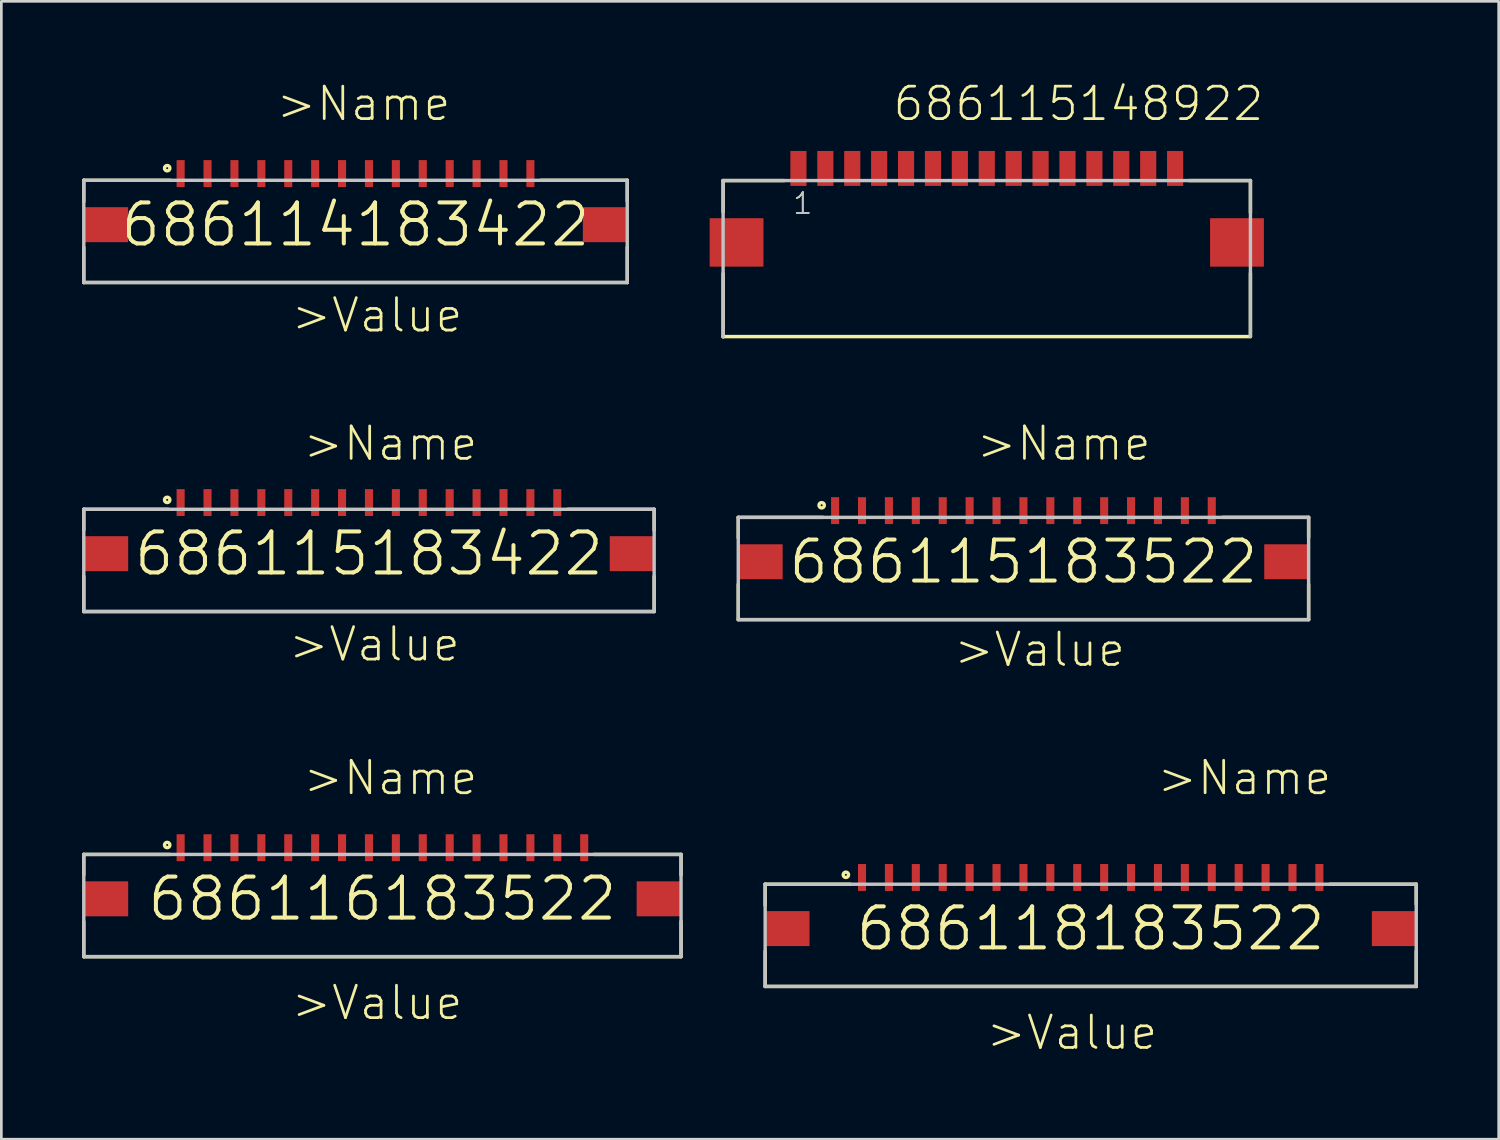
<source format=kicad_pcb>
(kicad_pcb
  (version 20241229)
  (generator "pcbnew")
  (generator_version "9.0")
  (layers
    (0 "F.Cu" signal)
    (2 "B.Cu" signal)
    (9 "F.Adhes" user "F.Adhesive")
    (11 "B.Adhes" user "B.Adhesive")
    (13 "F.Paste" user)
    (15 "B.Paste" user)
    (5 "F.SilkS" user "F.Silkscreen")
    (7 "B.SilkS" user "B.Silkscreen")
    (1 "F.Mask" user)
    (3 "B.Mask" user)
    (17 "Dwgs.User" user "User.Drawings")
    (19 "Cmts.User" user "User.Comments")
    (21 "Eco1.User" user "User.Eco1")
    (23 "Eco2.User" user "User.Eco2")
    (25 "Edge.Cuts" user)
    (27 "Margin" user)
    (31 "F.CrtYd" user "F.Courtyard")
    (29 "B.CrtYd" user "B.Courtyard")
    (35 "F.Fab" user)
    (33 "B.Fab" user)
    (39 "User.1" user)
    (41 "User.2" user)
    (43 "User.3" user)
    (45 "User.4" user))
  (footprint "686118183522"
    (layer "F.Cu")
    (at 37.49 31.465)
    (property "Reference" "686118183522" (at 0 0 0) (layer "F.SilkS") (effects (font (size 1.524 1.524) (thickness 0.15))))
    (attr through_hole)
    (fp_line (start -12.1 -1.65) (end -12.1 -0.87) (stroke (width 0.127) (type solid)) (layer "F.SilkS"))
    (fp_line (start -12.1 0.84) (end -12.1 2.15) (stroke (width 0.127) (type solid)) (layer "F.SilkS"))
    (fp_line (start -12.1 2.15) (end 12.1 2.15) (stroke (width 0.127) (type solid)) (layer "F.SilkS"))
    (fp_line (start -8.93 -1.65) (end -12.1 -1.65) (stroke (width 0.127) (type solid)) (layer "F.SilkS"))
    (fp_line (start 8.89 -1.65) (end 12.1 -1.65) (stroke (width 0.127) (type solid)) (layer "F.SilkS"))
    (fp_line (start 12.1 -1.65) (end 12.1 -0.9) (stroke (width 0.127) (type solid)) (layer "F.SilkS"))
    (fp_line (start 12.1 2.15) (end 12.1 0.84) (stroke (width 0.127) (type solid)) (layer "F.SilkS"))
    (fp_circle (center -9.1 -2) (end -9 -2) (stroke (width 0.127) (type solid)) (fill no) (layer "F.SilkS"))
    (fp_line (start -12.1 -1.65) (end 12.1 -1.65) (stroke (width 0.127) (type solid)) (layer "Dwgs.User"))
    (fp_line (start -12.1 2.15) (end -12.1 -1.65) (stroke (width 0.127) (type solid)) (layer "Dwgs.User"))
    (fp_line (start 12.1 -1.65) (end 12.1 2.15) (stroke (width 0.127) (type solid)) (layer "Dwgs.User"))
    (fp_line (start 12.1 2.15) (end -12.1 2.15) (stroke (width 0.127) (type solid)) (layer "Dwgs.User"))
    (fp_text user ">Name" (at 2.405 -4.897 0) (layer "F.SilkS") (effects (font (size 1.206 1.206) (thickness 0.102)) (justify left bottom)))
    (fp_text user ">Value" (at -3.95 4.57 0) (layer "F.SilkS") (effects (font (size 1.206 1.206) (thickness 0.102)) (justify left bottom)))
    (pad "1" smd rect (at -8.5 -1.9 90) (size 1 0.3) (layers "F.Cu" "F.Mask" "F.Paste"))
    (pad "2" smd rect (at -7.5 -1.9 90) (size 1 0.3) (layers "F.Cu" "F.Mask" "F.Paste"))
    (pad "3" smd rect (at -6.5 -1.9 90) (size 1 0.3) (layers "F.Cu" "F.Mask" "F.Paste"))
    (pad "4" smd rect (at -5.5 -1.9 90) (size 1 0.3) (layers "F.Cu" "F.Mask" "F.Paste"))
    (pad "5" smd rect (at -4.5 -1.9 90) (size 1 0.3) (layers "F.Cu" "F.Mask" "F.Paste"))
    (pad "6" smd rect (at -3.5 -1.9 90) (size 1 0.3) (layers "F.Cu" "F.Mask" "F.Paste"))
    (pad "7" smd rect (at -2.5 -1.9 90) (size 1 0.3) (layers "F.Cu" "F.Mask" "F.Paste"))
    (pad "8" smd rect (at -1.5 -1.9 90) (size 1 0.3) (layers "F.Cu" "F.Mask" "F.Paste"))
    (pad "9" smd rect (at -0.5 -1.9 90) (size 1 0.3) (layers "F.Cu" "F.Mask" "F.Paste"))
    (pad "10" smd rect (at 0.5 -1.9 90) (size 1 0.3) (layers "F.Cu" "F.Mask" "F.Paste"))
    (pad "11" smd rect (at 1.5 -1.9 90) (size 1 0.3) (layers "F.Cu" "F.Mask" "F.Paste"))
    (pad "12" smd rect (at 2.5 -1.9 90) (size 1 0.3) (layers "F.Cu" "F.Mask" "F.Paste"))
    (pad "13" smd rect (at 3.5 -1.9 90) (size 1 0.3) (layers "F.Cu" "F.Mask" "F.Paste"))
    (pad "14" smd rect (at 4.5 -1.9 90) (size 1 0.3) (layers "F.Cu" "F.Mask" "F.Paste"))
    (pad "15" smd rect (at 5.5 -1.9 90) (size 1 0.3) (layers "F.Cu" "F.Mask" "F.Paste"))
    (pad "16" smd rect (at 6.5 -1.9 90) (size 1 0.3) (layers "F.Cu" "F.Mask" "F.Paste"))
    (pad "17" smd rect (at 7.5 -1.9 90) (size 1 0.3) (layers "F.Cu" "F.Mask" "F.Paste"))
    (pad "18" smd rect (at 8.5 -1.9 90) (size 1 0.3) (layers "F.Cu" "F.Mask" "F.Paste"))
    (pad "Z1" smd rect (at -11.275 0) (size 1.65 1.3) (layers "F.Cu" "F.Mask" "F.Paste"))
    (pad "Z2" smd rect (at 11.275 0) (size 1.65 1.3) (layers "F.Cu" "F.Mask" "F.Paste")))
  (footprint "686114183422"
    (layer "F.Cu")
    (at 10.164 5.301)
    (property "Reference" "686114183422" (at 0 0 0) (layer "F.SilkS") (effects (font (size 1.524 1.524) (thickness 0.15))))
    (attr through_hole)
    (fp_line (start -10.1 -1.65) (end -10.1 -0.85) (stroke (width 0.127) (type solid)) (layer "F.SilkS"))
    (fp_line (start -10.1 0.84) (end -10.1 2.15) (stroke (width 0.127) (type solid)) (layer "F.SilkS"))
    (fp_line (start -10.1 2.15) (end 10.1 2.15) (stroke (width 0.127) (type solid)) (layer "F.SilkS"))
    (fp_line (start -6.88 -1.65) (end -10.1 -1.65) (stroke (width 0.127) (type solid)) (layer "F.SilkS"))
    (fp_line (start 6.9 -1.65) (end 10.1 -1.65) (stroke (width 0.127) (type solid)) (layer "F.SilkS"))
    (fp_line (start 10.1 -1.65) (end 10.1 -0.87) (stroke (width 0.127) (type solid)) (layer "F.SilkS"))
    (fp_line (start 10.1 2.15) (end 10.1 0.84) (stroke (width 0.127) (type solid)) (layer "F.SilkS"))
    (fp_circle (center -7 -2.1) (end -6.9 -2.1) (stroke (width 0.127) (type solid)) (fill no) (layer "F.SilkS"))
    (fp_line (start -10.1 -1.65) (end 10.1 -1.65) (stroke (width 0.127) (type solid)) (layer "Dwgs.User"))
    (fp_line (start -10.1 2.15) (end -10.1 -1.65) (stroke (width 0.127) (type solid)) (layer "Dwgs.User"))
    (fp_line (start 10.1 -1.65) (end 10.1 2.15) (stroke (width 0.127) (type solid)) (layer "Dwgs.User"))
    (fp_line (start 10.1 2.15) (end -10.1 2.15) (stroke (width 0.127) (type solid)) (layer "Dwgs.User"))
    (fp_text user ">Name" (at -3.01 -3.79 0) (layer "F.SilkS") (effects (font (size 1.206 1.206) (thickness 0.102)) (justify left bottom)))
    (fp_text user ">Value" (at -2.45 4.07 0) (layer "F.SilkS") (effects (font (size 1.206 1.206) (thickness 0.102)) (justify left bottom)))
    (pad "1" smd rect (at -6.5 -1.9 90) (size 1 0.3) (layers "F.Cu" "F.Mask" "F.Paste"))
    (pad "2" smd rect (at -5.5 -1.9 90) (size 1 0.3) (layers "F.Cu" "F.Mask" "F.Paste"))
    (pad "3" smd rect (at -4.5 -1.9 90) (size 1 0.3) (layers "F.Cu" "F.Mask" "F.Paste"))
    (pad "4" smd rect (at -3.5 -1.9 90) (size 1 0.3) (layers "F.Cu" "F.Mask" "F.Paste"))
    (pad "5" smd rect (at -2.5 -1.9 90) (size 1 0.3) (layers "F.Cu" "F.Mask" "F.Paste"))
    (pad "6" smd rect (at -1.5 -1.9 90) (size 1 0.3) (layers "F.Cu" "F.Mask" "F.Paste"))
    (pad "7" smd rect (at -0.5 -1.9 90) (size 1 0.3) (layers "F.Cu" "F.Mask" "F.Paste"))
    (pad "8" smd rect (at 0.5 -1.9 90) (size 1 0.3) (layers "F.Cu" "F.Mask" "F.Paste"))
    (pad "9" smd rect (at 1.5 -1.9 90) (size 1 0.3) (layers "F.Cu" "F.Mask" "F.Paste"))
    (pad "10" smd rect (at 2.5 -1.9 90) (size 1 0.3) (layers "F.Cu" "F.Mask" "F.Paste"))
    (pad "11" smd rect (at 3.5 -1.9 90) (size 1 0.3) (layers "F.Cu" "F.Mask" "F.Paste"))
    (pad "12" smd rect (at 4.5 -1.9 90) (size 1 0.3) (layers "F.Cu" "F.Mask" "F.Paste"))
    (pad "13" smd rect (at 5.5 -1.9 90) (size 1 0.3) (layers "F.Cu" "F.Mask" "F.Paste"))
    (pad "14" smd rect (at 6.5 -1.9 90) (size 1 0.3) (layers "F.Cu" "F.Mask" "F.Paste"))
    (pad "Z1" smd rect (at -9.275 0) (size 1.65 1.3) (layers "F.Cu" "F.Mask" "F.Paste"))
    (pad "Z2" smd rect (at 9.275 0) (size 1.65 1.3) (layers "F.Cu" "F.Mask" "F.Paste")))
  (footprint "686115183422"
    (layer "F.Cu")
    (at 10.664 17.53)
    (property "Reference" "686115183422" (at 0 0 0) (layer "F.SilkS") (effects (font (size 1.524 1.524) (thickness 0.15))))
    (attr through_hole)
    (fp_line (start -10.6 -1.65) (end -10.6 -0.88) (stroke (width 0.127) (type solid)) (layer "F.SilkS"))
    (fp_line (start -10.6 0.84) (end -10.6 2.15) (stroke (width 0.127) (type solid)) (layer "F.SilkS"))
    (fp_line (start -10.6 2.15) (end 10.6 2.15) (stroke (width 0.127) (type solid)) (layer "F.SilkS"))
    (fp_line (start -7.46 -1.65) (end -10.6 -1.65) (stroke (width 0.127) (type solid)) (layer "F.SilkS"))
    (fp_line (start 7.39 -1.65) (end 10.6 -1.65) (stroke (width 0.127) (type solid)) (layer "F.SilkS"))
    (fp_line (start 10.6 -1.65) (end 10.6 -0.87) (stroke (width 0.127) (type solid)) (layer "F.SilkS"))
    (fp_line (start 10.6 2.15) (end 10.6 0.84) (stroke (width 0.127) (type solid)) (layer "F.SilkS"))
    (fp_circle (center -7.5 -2) (end -7.4 -2) (stroke (width 0.127) (type solid)) (fill no) (layer "F.SilkS"))
    (fp_line (start -10.6 -1.65) (end 10.6 -1.65) (stroke (width 0.127) (type solid)) (layer "Dwgs.User"))
    (fp_line (start -10.6 2.15) (end -10.6 -1.65) (stroke (width 0.127) (type solid)) (layer "Dwgs.User"))
    (fp_line (start 10.6 -1.65) (end 10.6 2.15) (stroke (width 0.127) (type solid)) (layer "Dwgs.User"))
    (fp_line (start 10.6 2.15) (end -10.6 2.15) (stroke (width 0.127) (type solid)) (layer "Dwgs.User"))
    (fp_text user ">Value" (at -3.05 4.07 0) (layer "F.SilkS") (effects (font (size 1.206 1.206) (thickness 0.102)) (justify left bottom)))
    (fp_text user ">Name" (at -2.51 -3.39 0) (layer "F.SilkS") (effects (font (size 1.206 1.206) (thickness 0.102)) (justify left bottom)))
    (pad "1" smd rect (at -7 -1.9 90) (size 1 0.3) (layers "F.Cu" "F.Mask" "F.Paste"))
    (pad "2" smd rect (at -6 -1.9 90) (size 1 0.3) (layers "F.Cu" "F.Mask" "F.Paste"))
    (pad "3" smd rect (at -5 -1.9 90) (size 1 0.3) (layers "F.Cu" "F.Mask" "F.Paste"))
    (pad "4" smd rect (at -4 -1.9 90) (size 1 0.3) (layers "F.Cu" "F.Mask" "F.Paste"))
    (pad "5" smd rect (at -3 -1.9 90) (size 1 0.3) (layers "F.Cu" "F.Mask" "F.Paste"))
    (pad "6" smd rect (at -2 -1.9 90) (size 1 0.3) (layers "F.Cu" "F.Mask" "F.Paste"))
    (pad "7" smd rect (at -1 -1.9 90) (size 1 0.3) (layers "F.Cu" "F.Mask" "F.Paste"))
    (pad "8" smd rect (at 0 -1.9 90) (size 1 0.3) (layers "F.Cu" "F.Mask" "F.Paste"))
    (pad "9" smd rect (at 1 -1.9 90) (size 1 0.3) (layers "F.Cu" "F.Mask" "F.Paste"))
    (pad "10" smd rect (at 2 -1.9 90) (size 1 0.3) (layers "F.Cu" "F.Mask" "F.Paste"))
    (pad "11" smd rect (at 3 -1.9 90) (size 1 0.3) (layers "F.Cu" "F.Mask" "F.Paste"))
    (pad "12" smd rect (at 4 -1.9 90) (size 1 0.3) (layers "F.Cu" "F.Mask" "F.Paste"))
    (pad "13" smd rect (at 5 -1.9 90) (size 1 0.3) (layers "F.Cu" "F.Mask" "F.Paste"))
    (pad "14" smd rect (at 6 -1.9 90) (size 1 0.3) (layers "F.Cu" "F.Mask" "F.Paste"))
    (pad "15" smd rect (at 7 -1.9 90) (size 1 0.3) (layers "F.Cu" "F.Mask" "F.Paste"))
    (pad "Z1" smd rect (at -9.775 0) (size 1.65 1.3) (layers "F.Cu" "F.Mask" "F.Paste"))
    (pad "Z2" smd rect (at 9.775 0) (size 1.65 1.3) (layers "F.Cu" "F.Mask" "F.Paste")))
  (footprint "686116183522"
    (layer "F.Cu")
    (at 11.164 30.358)
    (property "Reference" "686116183522" (at 0 0 0) (layer "F.SilkS") (effects (font (size 1.524 1.524) (thickness 0.15))))
    (attr through_hole)
    (fp_line (start -11.1 -1.65) (end -11.1 -0.89) (stroke (width 0.127) (type solid)) (layer "F.SilkS"))
    (fp_line (start -11.1 0.84) (end -11.1 2.15) (stroke (width 0.127) (type solid)) (layer "F.SilkS"))
    (fp_line (start -11.1 2.15) (end 11.1 2.15) (stroke (width 0.127) (type solid)) (layer "F.SilkS"))
    (fp_line (start -7.9 -1.65) (end -11.1 -1.65) (stroke (width 0.127) (type solid)) (layer "F.SilkS"))
    (fp_line (start 7.86 -1.65) (end 11.1 -1.65) (stroke (width 0.127) (type solid)) (layer "F.SilkS"))
    (fp_line (start 11.1 -1.65) (end 11.1 -0.88) (stroke (width 0.127) (type solid)) (layer "F.SilkS"))
    (fp_line (start 11.1 2.15) (end 11.1 0.84) (stroke (width 0.127) (type solid)) (layer "F.SilkS"))
    (fp_circle (center -8 -2) (end -7.9 -2) (stroke (width 0.127) (type solid)) (fill no) (layer "F.SilkS"))
    (fp_line (start -11.1 -1.65) (end 11.1 -1.65) (stroke (width 0.127) (type solid)) (layer "Dwgs.User"))
    (fp_line (start -11.1 2.15) (end -11.1 -1.65) (stroke (width 0.127) (type solid)) (layer "Dwgs.User"))
    (fp_line (start 11.1 -1.65) (end 11.1 2.15) (stroke (width 0.127) (type solid)) (layer "Dwgs.User"))
    (fp_line (start 11.1 2.15) (end -11.1 2.15) (stroke (width 0.127) (type solid)) (layer "Dwgs.User"))
    (fp_text user ">Name" (at -3.01 -3.79 0) (layer "F.SilkS") (effects (font (size 1.206 1.206) (thickness 0.102)) (justify left bottom)))
    (fp_text user ">Value" (at -3.45 4.57 0) (layer "F.SilkS") (effects (font (size 1.206 1.206) (thickness 0.102)) (justify left bottom)))
    (pad "1" smd rect (at -7.5 -1.9 90) (size 1 0.3) (layers "F.Cu" "F.Mask" "F.Paste"))
    (pad "2" smd rect (at -6.5 -1.9 90) (size 1 0.3) (layers "F.Cu" "F.Mask" "F.Paste"))
    (pad "3" smd rect (at -5.5 -1.9 90) (size 1 0.3) (layers "F.Cu" "F.Mask" "F.Paste"))
    (pad "4" smd rect (at -4.5 -1.9 90) (size 1 0.3) (layers "F.Cu" "F.Mask" "F.Paste"))
    (pad "5" smd rect (at -3.5 -1.9 90) (size 1 0.3) (layers "F.Cu" "F.Mask" "F.Paste"))
    (pad "6" smd rect (at -2.5 -1.9 90) (size 1 0.3) (layers "F.Cu" "F.Mask" "F.Paste"))
    (pad "7" smd rect (at -1.5 -1.9 90) (size 1 0.3) (layers "F.Cu" "F.Mask" "F.Paste"))
    (pad "8" smd rect (at -0.5 -1.9 90) (size 1 0.3) (layers "F.Cu" "F.Mask" "F.Paste"))
    (pad "9" smd rect (at 0.5 -1.9 90) (size 1 0.3) (layers "F.Cu" "F.Mask" "F.Paste"))
    (pad "10" smd rect (at 1.5 -1.9 90) (size 1 0.3) (layers "F.Cu" "F.Mask" "F.Paste"))
    (pad "11" smd rect (at 2.5 -1.9 90) (size 1 0.3) (layers "F.Cu" "F.Mask" "F.Paste"))
    (pad "12" smd rect (at 3.5 -1.9 90) (size 1 0.3) (layers "F.Cu" "F.Mask" "F.Paste"))
    (pad "13" smd rect (at 4.5 -1.9 90) (size 1 0.3) (layers "F.Cu" "F.Mask" "F.Paste"))
    (pad "14" smd rect (at 5.5 -1.9 90) (size 1 0.3) (layers "F.Cu" "F.Mask" "F.Paste"))
    (pad "15" smd rect (at 6.5 -1.9 90) (size 1 0.3) (layers "F.Cu" "F.Mask" "F.Paste"))
    (pad "16" smd rect (at 7.5 -1.9 90) (size 1 0.3) (layers "F.Cu" "F.Mask" "F.Paste"))
    (pad "Z1" smd rect (at -10.275 0) (size 1.65 1.3) (layers "F.Cu" "F.Mask" "F.Paste"))
    (pad "Z2" smd rect (at 10.275 0) (size 1.65 1.3) (layers "F.Cu" "F.Mask" "F.Paste")))
  (footprint "686115183522"
    (layer "F.Cu")
    (at 34.99 17.83)
    (property "Reference" "686115183522" (at 0 0 0) (layer "F.SilkS") (effects (font (size 1.524 1.524) (thickness 0.15))))
    (attr through_hole)
    (fp_line (start -10.6 -1.65) (end -10.6 -0.88) (stroke (width 0.127) (type solid)) (layer "F.SilkS"))
    (fp_line (start -10.6 0.84) (end -10.6 2.15) (stroke (width 0.127) (type solid)) (layer "F.SilkS"))
    (fp_line (start -10.6 2.15) (end 10.6 2.15) (stroke (width 0.127) (type solid)) (layer "F.SilkS"))
    (fp_line (start -7.45 -1.65) (end -10.6 -1.65) (stroke (width 0.127) (type solid)) (layer "F.SilkS"))
    (fp_line (start 7.4 -1.65) (end 10.6 -1.65) (stroke (width 0.127) (type solid)) (layer "F.SilkS"))
    (fp_line (start 10.6 -1.65) (end 10.6 -0.9) (stroke (width 0.127) (type solid)) (layer "F.SilkS"))
    (fp_line (start 10.6 2.15) (end 10.6 0.84) (stroke (width 0.127) (type solid)) (layer "F.SilkS"))
    (fp_circle (center -7.5 -2.1) (end -7.4 -2.1) (stroke (width 0.127) (type solid)) (fill no) (layer "F.SilkS"))
    (fp_line (start -10.6 -1.65) (end 10.6 -1.65) (stroke (width 0.127) (type solid)) (layer "Dwgs.User"))
    (fp_line (start -10.6 2.15) (end -10.6 -1.65) (stroke (width 0.127) (type solid)) (layer "Dwgs.User"))
    (fp_line (start 10.6 -1.65) (end 10.6 2.15) (stroke (width 0.127) (type solid)) (layer "Dwgs.User"))
    (fp_line (start 10.6 2.15) (end -10.6 2.15) (stroke (width 0.127) (type solid)) (layer "Dwgs.User"))
    (fp_text user ">Value" (at -2.65 3.97 0) (layer "F.SilkS") (effects (font (size 1.206 1.206) (thickness 0.102)) (justify left bottom)))
    (fp_text user ">Name" (at -1.81 -3.69 0) (layer "F.SilkS") (effects (font (size 1.206 1.206) (thickness 0.102)) (justify left bottom)))
    (pad "1" smd rect (at -7 -1.9 90) (size 1 0.3) (layers "F.Cu" "F.Mask" "F.Paste"))
    (pad "2" smd rect (at -6 -1.9 90) (size 1 0.3) (layers "F.Cu" "F.Mask" "F.Paste"))
    (pad "3" smd rect (at -5 -1.9 90) (size 1 0.3) (layers "F.Cu" "F.Mask" "F.Paste"))
    (pad "4" smd rect (at -4 -1.9 90) (size 1 0.3) (layers "F.Cu" "F.Mask" "F.Paste"))
    (pad "5" smd rect (at -3 -1.9 90) (size 1 0.3) (layers "F.Cu" "F.Mask" "F.Paste"))
    (pad "6" smd rect (at -2 -1.9 90) (size 1 0.3) (layers "F.Cu" "F.Mask" "F.Paste"))
    (pad "7" smd rect (at -1 -1.9 90) (size 1 0.3) (layers "F.Cu" "F.Mask" "F.Paste"))
    (pad "8" smd rect (at 0 -1.9 90) (size 1 0.3) (layers "F.Cu" "F.Mask" "F.Paste"))
    (pad "9" smd rect (at 1 -1.9 90) (size 1 0.3) (layers "F.Cu" "F.Mask" "F.Paste"))
    (pad "10" smd rect (at 2 -1.9 90) (size 1 0.3) (layers "F.Cu" "F.Mask" "F.Paste"))
    (pad "11" smd rect (at 3 -1.9 90) (size 1 0.3) (layers "F.Cu" "F.Mask" "F.Paste"))
    (pad "12" smd rect (at 4 -1.9 90) (size 1 0.3) (layers "F.Cu" "F.Mask" "F.Paste"))
    (pad "13" smd rect (at 5 -1.9 90) (size 1 0.3) (layers "F.Cu" "F.Mask" "F.Paste"))
    (pad "14" smd rect (at 6 -1.9 90) (size 1 0.3) (layers "F.Cu" "F.Mask" "F.Paste"))
    (pad "15" smd rect (at 7 -1.9 90) (size 1 0.3) (layers "F.Cu" "F.Mask" "F.Paste"))
    (pad "Z1" smd rect (at -9.775 0) (size 1.65 1.3) (layers "F.Cu" "F.Mask" "F.Paste"))
    (pad "Z2" smd rect (at 9.775 0) (size 1.65 1.3) (layers "F.Cu" "F.Mask" "F.Paste")))
  (footprint "686115148922"
    (layer "F.Cu")
    (at 33.627 5.961)
    (property "Reference" "686115148922" (at -3.55 -4.45 0) (layer "F.SilkS") (effects (font (size 1.206 1.206) (thickness 0.102)) (justify left bottom)))
    (attr through_hole)
    (fp_line (start -9.8 -2.3) (end -9.8 -1.14) (stroke (width 0.127) (type solid)) (layer "F.SilkS"))
    (fp_line (start -9.8 1.157) (end -9.8 3.513) (stroke (width 0.127) (type solid)) (layer "F.SilkS"))
    (fp_line (start -7.53 -2.3) (end -9.8 -2.3) (stroke (width 0.127) (type solid)) (layer "F.SilkS"))
    (fp_line (start 7.52 -2.3) (end 9.8 -2.3) (stroke (width 0.127) (type solid)) (layer "F.SilkS"))
    (fp_line (start 9.8 -2.3) (end 9.8 -1.11) (stroke (width 0.127) (type solid)) (layer "F.SilkS"))
    (fp_line (start 9.8 1.138) (end 9.8 3.494) (stroke (width 0.127) (type solid)) (layer "F.SilkS"))
    (fp_line (start 9.8 3.5) (end -9.8 3.5) (stroke (width 0.127) (type solid)) (layer "F.SilkS"))
    (fp_line (start -9.8 -2.3) (end 9.8 -2.3) (stroke (width 0.127) (type solid)) (layer "Dwgs.User"))
    (fp_line (start -9.8 3.5) (end -9.8 -2.3) (stroke (width 0.127) (type solid)) (layer "Dwgs.User"))
    (fp_line (start 9.8 -2.3) (end 9.8 3.5) (stroke (width 0.127) (type solid)) (layer "Dwgs.User"))
    (fp_text user "1" (at -7.25 -1 0) (layer "F.SilkS") (effects (font (size 0.772 0.772) (thickness 0.065)) (justify left bottom)))
    (fp_text user "1" (at -7.25 -1 0) (layer "Dwgs.User") (effects (font (size 0.772 0.772) (thickness 0.065)) (justify left bottom)))
    (pad "1" smd rect (at -7 -2.75) (size 0.6 1.3) (layers "F.Cu" "F.Mask" "F.Paste"))
    (pad "2" smd rect (at -6 -2.75) (size 0.6 1.3) (layers "F.Cu" "F.Mask" "F.Paste"))
    (pad "3" smd rect (at -5 -2.75) (size 0.6 1.3) (layers "F.Cu" "F.Mask" "F.Paste"))
    (pad "4" smd rect (at -4 -2.75) (size 0.6 1.3) (layers "F.Cu" "F.Mask" "F.Paste"))
    (pad "5" smd rect (at -3 -2.75) (size 0.6 1.3) (layers "F.Cu" "F.Mask" "F.Paste"))
    (pad "6" smd rect (at -2 -2.75) (size 0.6 1.3) (layers "F.Cu" "F.Mask" "F.Paste"))
    (pad "7" smd rect (at -1 -2.75) (size 0.6 1.3) (layers "F.Cu" "F.Mask" "F.Paste"))
    (pad "8" smd rect (at 0 -2.75) (size 0.6 1.3) (layers "F.Cu" "F.Mask" "F.Paste"))
    (pad "9" smd rect (at 1 -2.75) (size 0.6 1.3) (layers "F.Cu" "F.Mask" "F.Paste"))
    (pad "10" smd rect (at 2 -2.75) (size 0.6 1.3) (layers "F.Cu" "F.Mask" "F.Paste"))
    (pad "11" smd rect (at 3 -2.75) (size 0.6 1.3) (layers "F.Cu" "F.Mask" "F.Paste"))
    (pad "12" smd rect (at 4 -2.75) (size 0.6 1.3) (layers "F.Cu" "F.Mask" "F.Paste"))
    (pad "13" smd rect (at 5 -2.75) (size 0.6 1.3) (layers "F.Cu" "F.Mask" "F.Paste"))
    (pad "14" smd rect (at 6 -2.75) (size 0.6 1.3) (layers "F.Cu" "F.Mask" "F.Paste"))
    (pad "15" smd rect (at 7 -2.75) (size 0.6 1.3) (layers "F.Cu" "F.Mask" "F.Paste"))
    (pad "Z1" smd rect (at -9.3 0) (size 2 1.8) (layers "F.Cu" "F.Mask" "F.Paste"))
    (pad "Z2" smd rect (at 9.3 0) (size 2 1.8) (layers "F.Cu" "F.Mask" "F.Paste")))
  (gr_rect
    (start -3 -3)
    (end 52.654 39.292)
    (stroke (width 0.1) (type default))
    (fill no)
    (layer "Edge.Cuts")))
</source>
